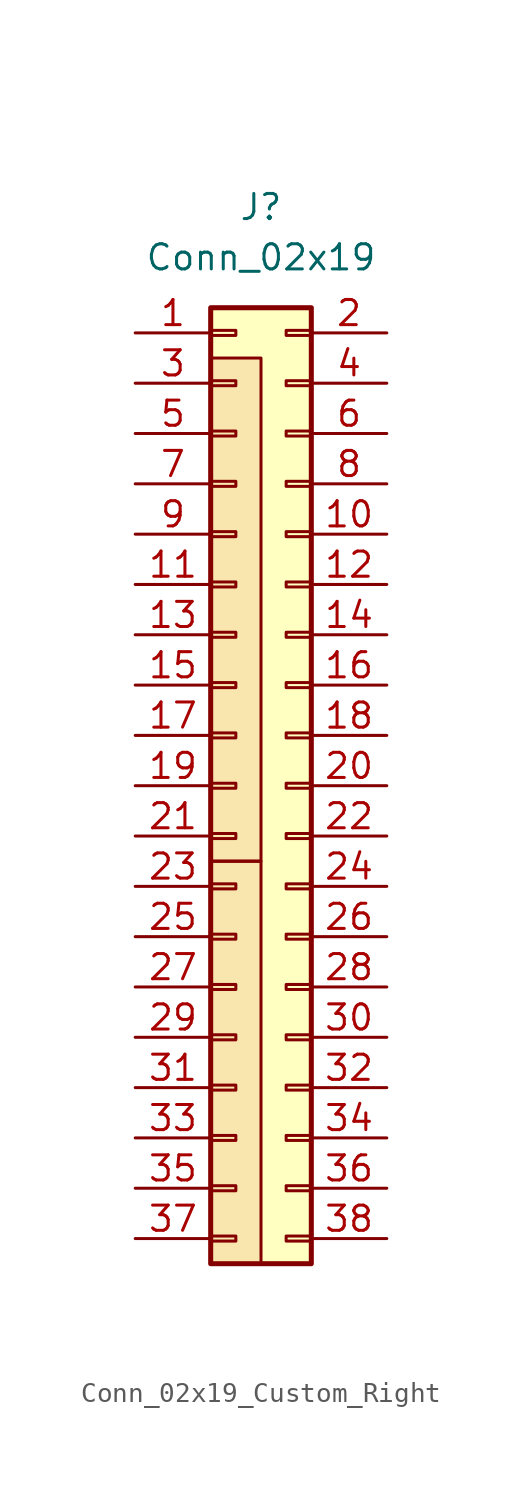
<source format=kicad_sym>
(kicad_symbol_lib
  (version 20241209)
  (generator "kicad_symbol_editor")
  (generator_version "9.0")
  (symbol "Conn_02x19_Custom_Right"
    (pin_names
      (offset 1.016)
      (hide yes))
    (property "Reference" "J"
      (at 1.27 29.21 0)
      (effects (font (size 1.27 1.27))))
    (property "Value" "Conn_02x19"
      (at 1.27 26.67 0)
      (effects (font (size 1.27 1.27))))
    (symbol "Conn_02x19_Custom_Right_1_1"
      (rectangle (start -1.27 24.13) (end 3.81 -24.13) (stroke (width 0.254) (type default)) (fill (type background)))
      (rectangle (start -1.27 22.987) (end 0 22.733) (stroke (width 0.152) (type default)) (fill (type none)))
      (rectangle (start -1.27 21.59) (end 1.27 -3.81) (stroke (width 0) (type default)) (fill (type color) (color 194 0 0 0.1)))
      (rectangle (start -1.27 20.447) (end 0 20.193) (stroke (width 0.152) (type default)) (fill (type none)))
      (rectangle (start -1.27 17.907) (end 0 17.653) (stroke (width 0.152) (type default)) (fill (type none)))
      (rectangle (start -1.27 15.367) (end 0 15.113) (stroke (width 0.152) (type default)) (fill (type none)))
      (rectangle (start -1.27 12.827) (end 0 12.573) (stroke (width 0.152) (type default)) (fill (type none)))
      (rectangle (start -1.27 10.287) (end 0 10.033) (stroke (width 0.152) (type default)) (fill (type none)))
      (rectangle (start -1.27 7.747) (end 0 7.493) (stroke (width 0.152) (type default)) (fill (type none)))
      (rectangle (start -1.27 5.207) (end 0 4.953) (stroke (width 0.152) (type default)) (fill (type none)))
      (rectangle (start -1.27 2.667) (end 0 2.413) (stroke (width 0.152) (type default)) (fill (type none)))
      (rectangle (start -1.27 0.127) (end 0 -0.127) (stroke (width 0.152) (type default)) (fill (type none)))
      (rectangle (start -1.27 -2.413) (end 0 -2.667) (stroke (width 0.152) (type default)) (fill (type none)))
      (rectangle (start -1.27 -3.81) (end 1.27 -24.13) (stroke (width 0) (type default)) (fill (type color) (color 194 0 0 0.1)))
      (rectangle (start -1.27 -4.953) (end 0 -5.207) (stroke (width 0.152) (type default)) (fill (type none)))
      (rectangle (start -1.27 -7.493) (end 0 -7.747) (stroke (width 0.152) (type default)) (fill (type none)))
      (rectangle (start -1.27 -10.033) (end 0 -10.287) (stroke (width 0.152) (type default)) (fill (type none)))
      (rectangle (start -1.27 -12.573) (end 0 -12.827) (stroke (width 0.152) (type default)) (fill (type none)))
      (rectangle (start -1.27 -15.113) (end 0 -15.367) (stroke (width 0.152) (type default)) (fill (type none)))
      (rectangle (start -1.27 -17.653) (end 0 -17.907) (stroke (width 0.152) (type default)) (fill (type none)))
      (rectangle (start -1.27 -20.193) (end 0 -20.447) (stroke (width 0.152) (type default)) (fill (type none)))
      (rectangle (start -1.27 -22.733) (end 0 -22.987) (stroke (width 0.152) (type default)) (fill (type none)))
      (rectangle (start 3.81 22.987) (end 2.54 22.733) (stroke (width 0.152) (type default)) (fill (type none)))
      (rectangle (start 3.81 20.447) (end 2.54 20.193) (stroke (width 0.152) (type default)) (fill (type none)))
      (rectangle (start 3.81 17.907) (end 2.54 17.653) (stroke (width 0.152) (type default)) (fill (type none)))
      (rectangle (start 3.81 15.367) (end 2.54 15.113) (stroke (width 0.152) (type default)) (fill (type none)))
      (rectangle (start 3.81 12.827) (end 2.54 12.573) (stroke (width 0.152) (type default)) (fill (type none)))
      (rectangle (start 3.81 10.287) (end 2.54 10.033) (stroke (width 0.152) (type default)) (fill (type none)))
      (rectangle (start 3.81 7.747) (end 2.54 7.493) (stroke (width 0.152) (type default)) (fill (type none)))
      (rectangle (start 3.81 5.207) (end 2.54 4.953) (stroke (width 0.152) (type default)) (fill (type none)))
      (rectangle (start 3.81 2.667) (end 2.54 2.413) (stroke (width 0.152) (type default)) (fill (type none)))
      (rectangle (start 3.81 0.127) (end 2.54 -0.127) (stroke (width 0.152) (type default)) (fill (type none)))
      (rectangle (start 3.81 -2.413) (end 2.54 -2.667) (stroke (width 0.152) (type default)) (fill (type none)))
      (rectangle (start 3.81 -4.953) (end 2.54 -5.207) (stroke (width 0.152) (type default)) (fill (type none)))
      (rectangle (start 3.81 -7.493) (end 2.54 -7.747) (stroke (width 0.152) (type default)) (fill (type none)))
      (rectangle (start 3.81 -10.033) (end 2.54 -10.287) (stroke (width 0.152) (type default)) (fill (type none)))
      (rectangle (start 3.81 -12.573) (end 2.54 -12.827) (stroke (width 0.152) (type default)) (fill (type none)))
      (rectangle (start 3.81 -15.113) (end 2.54 -15.367) (stroke (width 0.152) (type default)) (fill (type none)))
      (rectangle (start 3.81 -17.653) (end 2.54 -17.907) (stroke (width 0.152) (type default)) (fill (type none)))
      (rectangle (start 3.81 -20.193) (end 2.54 -20.447) (stroke (width 0.152) (type default)) (fill (type none)))
      (rectangle (start 3.81 -22.733) (end 2.54 -22.987) (stroke (width 0.152) (type default)) (fill (type none)))
      (pin passive line (at -5.08 22.86 0) (length 3.81) (name "Pin_1" (effects (font (size 1.27 1.27)))) (number "1" (effects (font (size 1.27 1.27)))))
      (pin passive line (at -5.08 20.32 0) (length 3.81) (name "Pin_3" (effects (font (size 1.27 1.27)))) (number "3" (effects (font (size 1.27 1.27)))))
      (pin passive line (at -5.08 17.78 0) (length 3.81) (name "Pin_5" (effects (font (size 1.27 1.27)))) (number "5" (effects (font (size 1.27 1.27)))))
      (pin passive line (at -5.08 15.24 0) (length 3.81) (name "Pin_7" (effects (font (size 1.27 1.27)))) (number "7" (effects (font (size 1.27 1.27)))))
      (pin passive line (at -5.08 12.7 0) (length 3.81) (name "Pin_9" (effects (font (size 1.27 1.27)))) (number "9" (effects (font (size 1.27 1.27)))))
      (pin passive line (at -5.08 10.16 0) (length 3.81) (name "Pin_11" (effects (font (size 1.27 1.27)))) (number "11" (effects (font (size 1.27 1.27)))))
      (pin passive line (at -5.08 7.62 0) (length 3.81) (name "Pin_13" (effects (font (size 1.27 1.27)))) (number "13" (effects (font (size 1.27 1.27)))))
      (pin passive line (at -5.08 5.08 0) (length 3.81) (name "Pin_15" (effects (font (size 1.27 1.27)))) (number "15" (effects (font (size 1.27 1.27)))))
      (pin passive line (at -5.08 2.54 0) (length 3.81) (name "Pin_17" (effects (font (size 1.27 1.27)))) (number "17" (effects (font (size 1.27 1.27)))))
      (pin passive line (at -5.08 0 0) (length 3.81) (name "Pin_19" (effects (font (size 1.27 1.27)))) (number "19" (effects (font (size 1.27 1.27)))))
      (pin passive line (at -5.08 -2.54 0) (length 3.81) (name "Pin_21" (effects (font (size 1.27 1.27)))) (number "21" (effects (font (size 1.27 1.27)))))
      (pin passive line (at -5.08 -5.08 0) (length 3.81) (name "Pin_23" (effects (font (size 1.27 1.27)))) (number "23" (effects (font (size 1.27 1.27)))))
      (pin passive line (at -5.08 -7.62 0) (length 3.81) (name "Pin_25" (effects (font (size 1.27 1.27)))) (number "25" (effects (font (size 1.27 1.27)))))
      (pin passive line (at -5.08 -10.16 0) (length 3.81) (name "Pin_27" (effects (font (size 1.27 1.27)))) (number "27" (effects (font (size 1.27 1.27)))))
      (pin passive line (at -5.08 -12.7 0) (length 3.81) (name "Pin_29" (effects (font (size 1.27 1.27)))) (number "29" (effects (font (size 1.27 1.27)))))
      (pin passive line (at -5.08 -15.24 0) (length 3.81) (name "Pin_31" (effects (font (size 1.27 1.27)))) (number "31" (effects (font (size 1.27 1.27)))))
      (pin passive line (at -5.08 -17.78 0) (length 3.81) (name "Pin_33" (effects (font (size 1.27 1.27)))) (number "33" (effects (font (size 1.27 1.27)))))
      (pin passive line (at -5.08 -20.32 0) (length 3.81) (name "Pin_35" (effects (font (size 1.27 1.27)))) (number "35" (effects (font (size 1.27 1.27)))))
      (pin passive line (at -5.08 -22.86 0) (length 3.81) (name "Pin_37" (effects (font (size 1.27 1.27)))) (number "37" (effects (font (size 1.27 1.27)))))
      (pin passive line (at 7.62 22.86 180) (length 3.81) (name "Pin_2" (effects (font (size 1.27 1.27)))) (number "2" (effects (font (size 1.27 1.27)))))
      (pin passive line (at 7.62 20.32 180) (length 3.81) (name "Pin_4" (effects (font (size 1.27 1.27)))) (number "4" (effects (font (size 1.27 1.27)))))
      (pin passive line (at 7.62 17.78 180) (length 3.81) (name "Pin_6" (effects (font (size 1.27 1.27)))) (number "6" (effects (font (size 1.27 1.27)))))
      (pin passive line (at 7.62 15.24 180) (length 3.81) (name "Pin_8" (effects (font (size 1.27 1.27)))) (number "8" (effects (font (size 1.27 1.27)))))
      (pin passive line (at 7.62 12.7 180) (length 3.81) (name "Pin_10" (effects (font (size 1.27 1.27)))) (number "10" (effects (font (size 1.27 1.27)))))
      (pin passive line (at 7.62 10.16 180) (length 3.81) (name "Pin_12" (effects (font (size 1.27 1.27)))) (number "12" (effects (font (size 1.27 1.27)))))
      (pin passive line (at 7.62 7.62 180) (length 3.81) (name "Pin_14" (effects (font (size 1.27 1.27)))) (number "14" (effects (font (size 1.27 1.27)))))
      (pin passive line (at 7.62 5.08 180) (length 3.81) (name "Pin_16" (effects (font (size 1.27 1.27)))) (number "16" (effects (font (size 1.27 1.27)))))
      (pin passive line (at 7.62 2.54 180) (length 3.81) (name "Pin_18" (effects (font (size 1.27 1.27)))) (number "18" (effects (font (size 1.27 1.27)))))
      (pin passive line (at 7.62 0 180) (length 3.81) (name "Pin_20" (effects (font (size 1.27 1.27)))) (number "20" (effects (font (size 1.27 1.27)))))
      (pin passive line (at 7.62 -2.54 180) (length 3.81) (name "Pin_22" (effects (font (size 1.27 1.27)))) (number "22" (effects (font (size 1.27 1.27)))))
      (pin passive line (at 7.62 -5.08 180) (length 3.81) (name "Pin_24" (effects (font (size 1.27 1.27)))) (number "24" (effects (font (size 1.27 1.27)))))
      (pin passive line (at 7.62 -7.62 180) (length 3.81) (name "Pin_26" (effects (font (size 1.27 1.27)))) (number "26" (effects (font (size 1.27 1.27)))))
      (pin passive line (at 7.62 -10.16 180) (length 3.81) (name "Pin_28" (effects (font (size 1.27 1.27)))) (number "28" (effects (font (size 1.27 1.27)))))
      (pin passive line (at 7.62 -12.7 180) (length 3.81) (name "Pin_30" (effects (font (size 1.27 1.27)))) (number "30" (effects (font (size 1.27 1.27)))))
      (pin passive line (at 7.62 -15.24 180) (length 3.81) (name "Pin_32" (effects (font (size 1.27 1.27)))) (number "32" (effects (font (size 1.27 1.27)))))
      (pin passive line (at 7.62 -17.78 180) (length 3.81) (name "Pin_34" (effects (font (size 1.27 1.27)))) (number "34" (effects (font (size 1.27 1.27)))))
      (pin passive line (at 7.62 -20.32 180) (length 3.81) (name "Pin_36" (effects (font (size 1.27 1.27)))) (number "36" (effects (font (size 1.27 1.27)))))
      (pin passive line (at 7.62 -22.86 180) (length 3.81) (name "Pin_38" (effects (font (size 1.27 1.27)))) (number "38" (effects (font (size 1.27 1.27))))))))
</source>
